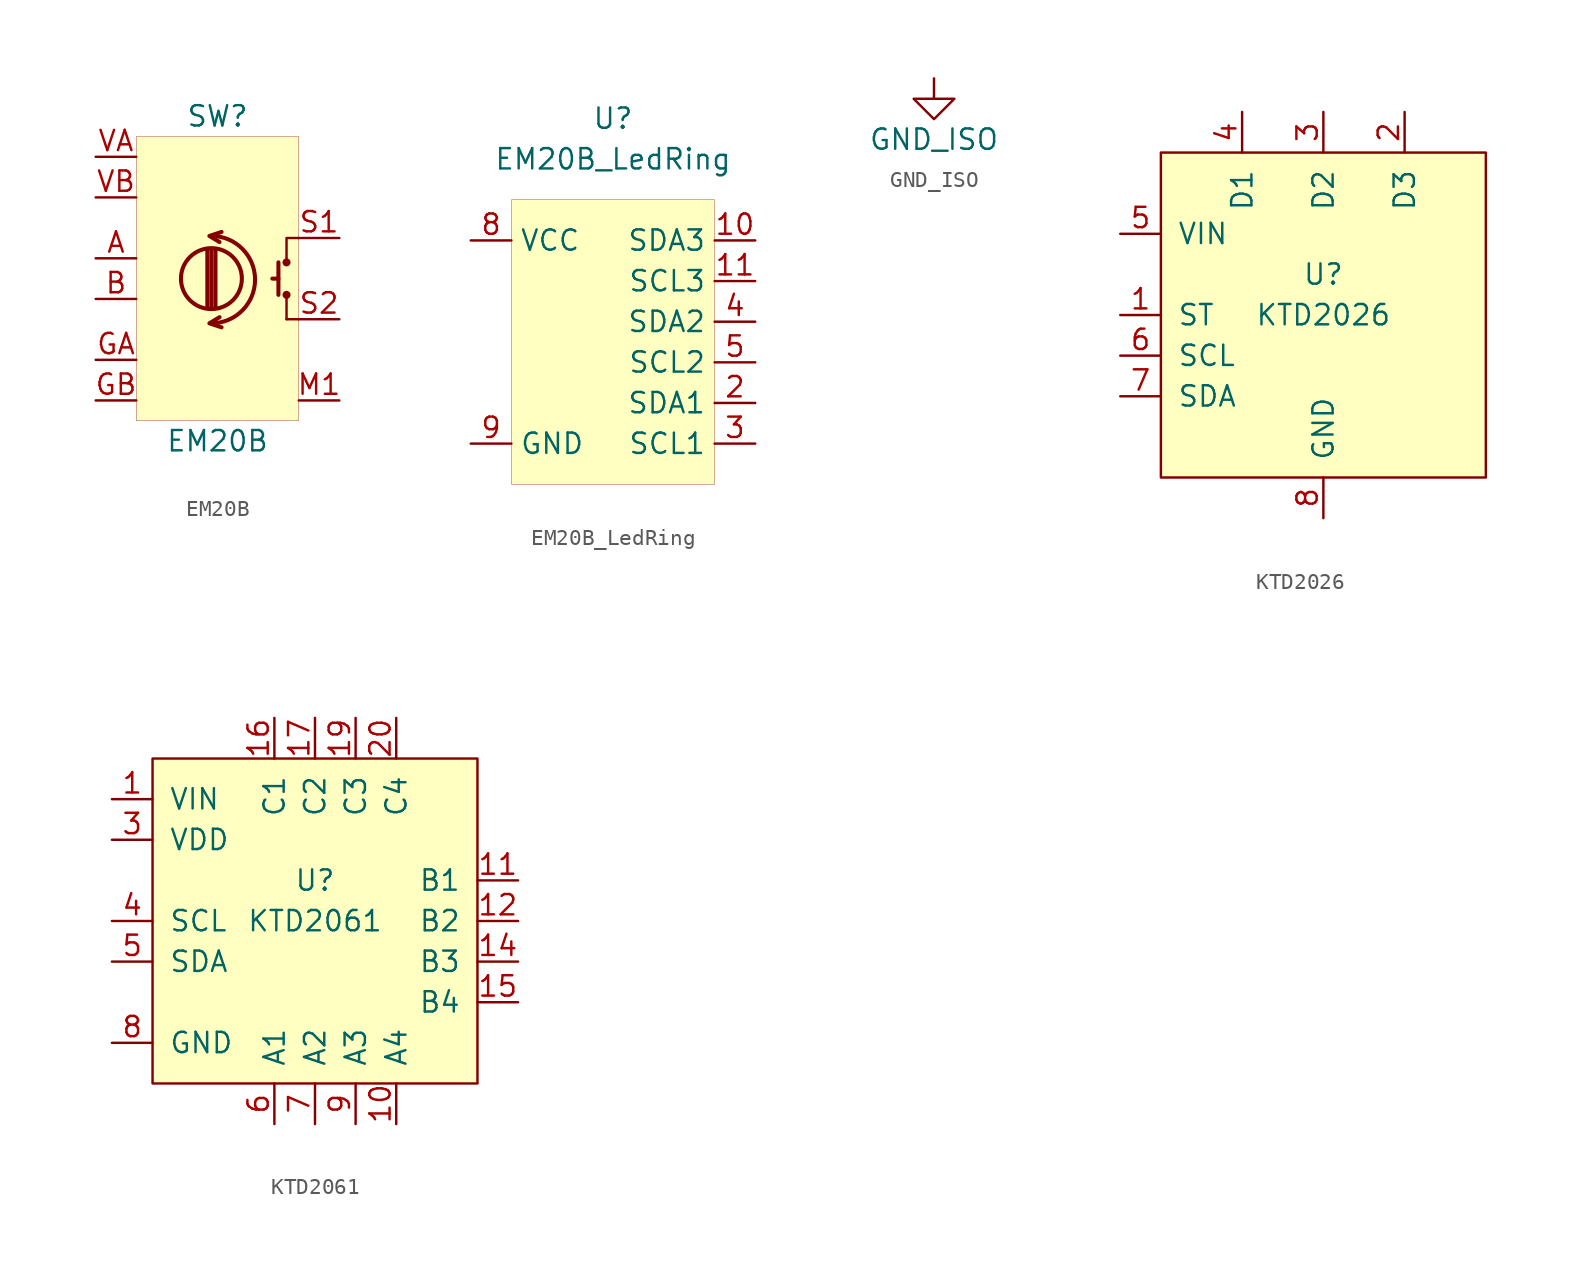
<source format=kicad_sym>
(kicad_symbol_lib
  (version 20211014)
  (generator kicad_symbol_editor)
  (symbol "ownLib:EM20B"
    (pin_names
      (offset 1.016) hide)
    (property "Reference" "SW"
      (at 0 10.16 0)
      (effects (font (size 1.27 1.27))))
    (property "Value" "EM20B"
      (at 0 -10.16 0)
      (effects (font (size 1.27 1.27))))
    (symbol "EM20B_0_1"
      (rectangle (start -5.08 8.89) (end 5.08 -8.89) (stroke (width 0.001) (type default) (color 0 0 0 0)) (fill (type background)))
      (polyline (pts (xy 4.318 -1.016) (xy 4.318 -2.54)) (stroke (width 0) (type default) (color 0 0 0 0)) (fill (type none)))
      (polyline (pts (xy 5.08 -2.54) (xy 4.318 -2.54)) (stroke (width 0) (type default) (color 0 0 0 0)) (fill (type none))))
    (symbol "EM20B_1_1"
      (arc (start -0.381 -2.794) (mid 2.3622 -0.0635) (end -0.381 2.667) (stroke (width 0.254) (type default) (color 0 0 0 0)) (fill (type none)))
      (circle (center -0.381 0) (radius 1.905) (stroke (width 0.254) (type default) (color 0 0 0 0)) (fill (type none)))
      (polyline (pts (xy -0.635 -1.778) (xy -0.635 1.778)) (stroke (width 0.254) (type default) (color 0 0 0 0)) (fill (type none)))
      (polyline (pts (xy -0.381 -1.778) (xy -0.381 1.778)) (stroke (width 0.254) (type default) (color 0 0 0 0)) (fill (type none)))
      (polyline (pts (xy -0.127 1.778) (xy -0.127 -1.778)) (stroke (width 0.254) (type default) (color 0 0 0 0)) (fill (type none)))
      (polyline (pts (xy 3.81 0) (xy 3.429 0)) (stroke (width 0.254) (type default) (color 0 0 0 0)) (fill (type none)))
      (polyline (pts (xy 3.81 1.016) (xy 3.81 -1.016)) (stroke (width 0.254) (type default) (color 0 0 0 0)) (fill (type none)))
      (polyline (pts (xy 0.254 -3.048) (xy -0.508 -2.794) (xy 0.127 -2.413)) (stroke (width 0.254) (type default) (color 0 0 0 0)) (fill (type none)))
      (polyline (pts (xy 0.254 2.921) (xy -0.508 2.667) (xy 0.127 2.286)) (stroke (width 0.254) (type default) (color 0 0 0 0)) (fill (type none)))
      (polyline (pts (xy 5.08 2.54) (xy 4.318 2.54) (xy 4.318 1.016)) (stroke (width 0) (type default) (color 0 0 0 0)) (fill (type none)))
      (circle (center 4.318 -1.016) (radius 0.127) (stroke (width 0.254) (type default) (color 0 0 0 0)) (fill (type none)))
      (circle (center 4.318 1.016) (radius 0.127) (stroke (width 0.254) (type default) (color 0 0 0 0)) (fill (type none)))
      (pin passive line (at -7.62 1.27 0) (length 2.54) (name "A" (effects (font (size 1.27 1.27)))) (number "A" (effects (font (size 1.27 1.27)))))
      (pin passive line (at -7.62 -1.27 0) (length 2.54) (name "B" (effects (font (size 1.27 1.27)))) (number "B" (effects (font (size 1.27 1.27)))))
      (pin passive line (at -7.62 -5.08 0) (length 2.54) (name "GA" (effects (font (size 1.27 1.27)))) (number "GA" (effects (font (size 1.27 1.27)))))
      (pin passive line (at -7.62 -7.62 0) (length 2.54) (name "GB" (effects (font (size 1.27 1.27)))) (number "GB" (effects (font (size 1.27 1.27)))))
      (pin passive line (at 7.62 -7.62 180) (length 2.54) (name "M" (effects (font (size 1.27 1.27)))) (number "M1" (effects (font (size 1.27 1.27)))))
      (pin passive line (at 7.62 2.54 180) (length 2.54) (name "S1" (effects (font (size 1.27 1.27)))) (number "S1" (effects (font (size 1.27 1.27)))))
      (pin passive line (at 7.62 -2.54 180) (length 2.54) (name "S2" (effects (font (size 1.27 1.27)))) (number "S2" (effects (font (size 1.27 1.27)))))
      (pin passive line (at -7.62 7.62 0) (length 2.54) (name "VA" (effects (font (size 1.27 1.27)))) (number "VA" (effects (font (size 1.27 1.27)))))
      (pin passive line (at -7.62 5.08 0) (length 2.54) (name "VB" (effects (font (size 1.27 1.27)))) (number "VB" (effects (font (size 1.27 1.27)))))))
  (symbol "ownLib:EM20B_LedRing"
    (property "Reference" "U"
      (at 0 13.97 0)
      (effects (font (size 1.27 1.27))))
    (property "Value" "EM20B_LedRing"
      (at 0 11.43 0)
      (effects (font (size 1.27 1.27))))
    (symbol "EM20B_LedRing_0_1"
      (rectangle (start 6.35 -8.89) (end -6.35 8.89) (stroke (width 0.001) (type default) (color 0 0 0 0)) (fill (type background))))
    (symbol "EM20B_LedRing_1_1"
      (pin passive line (at -8.89 -6.35 0) (length 2.54) hide (name "GND" (effects (font (size 1.27 1.27)))) (number "1" (effects (font (size 1.27 1.27)))))
      (pin bidirectional line (at 8.89 6.35 180) (length 2.54) (name "SDA3" (effects (font (size 1.27 1.27)))) (number "10" (effects (font (size 1.27 1.27)))))
      (pin input line (at 8.89 3.81 180) (length 2.54) (name "SCL3" (effects (font (size 1.27 1.27)))) (number "11" (effects (font (size 1.27 1.27)))))
      (pin passive line (at -8.89 -6.35 0) (length 2.54) hide (name "GND" (effects (font (size 1.27 1.27)))) (number "12" (effects (font (size 1.27 1.27)))))
      (pin bidirectional line (at 8.89 -3.81 180) (length 2.54) (name "SDA1" (effects (font (size 1.27 1.27)))) (number "2" (effects (font (size 1.27 1.27)))))
      (pin input line (at 8.89 -6.35 180) (length 2.54) (name "SCL1" (effects (font (size 1.27 1.27)))) (number "3" (effects (font (size 1.27 1.27)))))
      (pin bidirectional line (at 8.89 1.27 180) (length 2.54) (name "SDA2" (effects (font (size 1.27 1.27)))) (number "4" (effects (font (size 1.27 1.27)))))
      (pin input line (at 8.89 -1.27 180) (length 2.54) (name "SCL2" (effects (font (size 1.27 1.27)))) (number "5" (effects (font (size 1.27 1.27)))))
      (pin power_in line (at -8.89 6.35 0) (length 2.54) (name "VCC" (effects (font (size 1.27 1.27)))) (number "8" (effects (font (size 1.27 1.27)))))
      (pin power_in line (at -8.89 -6.35 0) (length 2.54) (name "GND" (effects (font (size 1.27 1.27)))) (number "9" (effects (font (size 1.27 1.27)))))))
  (symbol "ownLib:GND_ISO"
    (power)
    (pin_names
      (offset 0))
    (property "Reference" "#PWR"
      (at 0 -6.35 0)
      (effects (font (size 1.27 1.27)) hide))
    (property "Value" "GND_ISO"
      (at 0 -3.81 0)
      (effects (font (size 1.27 1.27))))
    (symbol "GND_ISO_0_1"
      (polyline (pts (xy 0 0) (xy 0 -1.27) (xy 1.27 -1.27) (xy 0 -2.54) (xy -1.27 -1.27) (xy 0 -1.27)) (stroke (width 0) (type default) (color 0 0 0 0)) (fill (type none))))
    (symbol "GND_ISO_1_1"
      (pin power_in line (at 0 0 270) (length 0) hide (name "GND_ISO" (effects (font (size 1.27 1.27)))) (number "1" (effects (font (size 1.27 1.27)))))))
  (symbol "ownLib:KTD2026"
    (pin_names
      (offset 1.016))
    (property "Reference" "U"
      (at 0 2.54 0)
      (effects (font (size 1.27 1.27))))
    (property "Value" "KTD2026"
      (at 0 0 0)
      (effects (font (size 1.27 1.27))))
    (symbol "KTD2026_0_1"
      (rectangle (start -10.16 10.16) (end 10.16 -10.16) (stroke (width 0) (type default) (color 0 0 0 0)) (fill (type background))))
    (symbol "KTD2026_1_1"
      (pin output line (at -12.7 0 0) (length 2.54) (name "ST" (effects (font (size 1.27 1.27)))) (number "1" (effects (font (size 1.27 1.27)))))
      (pin open_collector line (at 5.08 12.7 270) (length 2.54) (name "D3" (effects (font (size 1.27 1.27)))) (number "2" (effects (font (size 1.27 1.27)))))
      (pin open_collector line (at 0 12.7 270) (length 2.54) (name "D2" (effects (font (size 1.27 1.27)))) (number "3" (effects (font (size 1.27 1.27)))))
      (pin open_collector line (at -5.08 12.7 270) (length 2.54) (name "D1" (effects (font (size 1.27 1.27)))) (number "4" (effects (font (size 1.27 1.27)))))
      (pin power_in line (at -12.7 5.08 0) (length 2.54) (name "VIN" (effects (font (size 1.27 1.27)))) (number "5" (effects (font (size 1.27 1.27)))))
      (pin input line (at -12.7 -2.54 0) (length 2.54) (name "SCL" (effects (font (size 1.27 1.27)))) (number "6" (effects (font (size 1.27 1.27)))))
      (pin bidirectional line (at -12.7 -5.08 0) (length 2.54) (name "SDA" (effects (font (size 1.27 1.27)))) (number "7" (effects (font (size 1.27 1.27)))))
      (pin power_in line (at 0 -12.7 90) (length 2.54) (name "GND" (effects (font (size 1.27 1.27)))) (number "8" (effects (font (size 1.27 1.27)))))
      (pin passive line (at 0 -12.7 90) (length 2.54) hide (name "GND" (effects (font (size 1.27 1.27)))) (number "9" (effects (font (size 1.27 1.27)))))))
  (symbol "ownLib:KTD2061"
    (pin_names
      (offset 1.016))
    (property "Reference" "U"
      (at 0 2.54 0)
      (effects (font (size 1.27 1.27))))
    (property "Value" "KTD2061"
      (at 0 0 0)
      (effects (font (size 1.27 1.27))))
    (symbol "KTD2061_0_1"
      (rectangle (start -10.16 10.16) (end 10.16 -10.16) (stroke (width 0) (type default) (color 0 0 0 0)) (fill (type background))))
    (symbol "KTD2061_1_1"
      (pin power_in line (at -12.7 7.62 0) (length 2.54) (name "VIN" (effects (font (size 1.27 1.27)))) (number "1" (effects (font (size 1.27 1.27)))))
      (pin open_collector line (at 5.08 -12.7 90) (length 2.54) (name "A4" (effects (font (size 1.27 1.27)))) (number "10" (effects (font (size 1.27 1.27)))))
      (pin open_collector line (at 12.7 2.54 180) (length 2.54) (name "B1" (effects (font (size 1.27 1.27)))) (number "11" (effects (font (size 1.27 1.27)))))
      (pin open_collector line (at 12.7 0 180) (length 2.54) (name "B2" (effects (font (size 1.27 1.27)))) (number "12" (effects (font (size 1.27 1.27)))))
      (pin passive line (at -12.7 -7.62 0) (length 2.54) hide (name "GND" (effects (font (size 1.27 1.27)))) (number "13" (effects (font (size 1.27 1.27)))))
      (pin open_collector line (at 12.7 -2.54 180) (length 2.54) (name "B3" (effects (font (size 1.27 1.27)))) (number "14" (effects (font (size 1.27 1.27)))))
      (pin open_collector line (at 12.7 -5.08 180) (length 2.54) (name "B4" (effects (font (size 1.27 1.27)))) (number "15" (effects (font (size 1.27 1.27)))))
      (pin open_collector line (at -2.54 12.7 270) (length 2.54) (name "C1" (effects (font (size 1.27 1.27)))) (number "16" (effects (font (size 1.27 1.27)))))
      (pin open_collector line (at 0 12.7 270) (length 2.54) (name "C2" (effects (font (size 1.27 1.27)))) (number "17" (effects (font (size 1.27 1.27)))))
      (pin passive line (at -12.7 -7.62 0) (length 2.54) hide (name "GND" (effects (font (size 1.27 1.27)))) (number "18" (effects (font (size 1.27 1.27)))))
      (pin open_collector line (at 2.54 12.7 270) (length 2.54) (name "C3" (effects (font (size 1.27 1.27)))) (number "19" (effects (font (size 1.27 1.27)))))
      (pin passive line (at -12.7 7.62 0) (length 2.54) hide (name "VIN" (effects (font (size 1.27 1.27)))) (number "2" (effects (font (size 1.27 1.27)))))
      (pin open_collector line (at 5.08 12.7 270) (length 2.54) (name "C4" (effects (font (size 1.27 1.27)))) (number "20" (effects (font (size 1.27 1.27)))))
      (pin passive line (at -12.7 -7.62 0) (length 2.54) hide (name "GND" (effects (font (size 1.27 1.27)))) (number "21" (effects (font (size 1.27 1.27)))))
      (pin power_in line (at -12.7 5.08 0) (length 2.54) (name "VDD" (effects (font (size 1.27 1.27)))) (number "3" (effects (font (size 1.27 1.27)))))
      (pin input line (at -12.7 0 0) (length 2.54) (name "SCL" (effects (font (size 1.27 1.27)))) (number "4" (effects (font (size 1.27 1.27)))))
      (pin bidirectional line (at -12.7 -2.54 0) (length 2.54) (name "SDA" (effects (font (size 1.27 1.27)))) (number "5" (effects (font (size 1.27 1.27)))))
      (pin open_collector line (at -2.54 -12.7 90) (length 2.54) (name "A1" (effects (font (size 1.27 1.27)))) (number "6" (effects (font (size 1.27 1.27)))))
      (pin open_collector line (at 0 -12.7 90) (length 2.54) (name "A2" (effects (font (size 1.27 1.27)))) (number "7" (effects (font (size 1.27 1.27)))))
      (pin power_in line (at -12.7 -7.62 0) (length 2.54) (name "GND" (effects (font (size 1.27 1.27)))) (number "8" (effects (font (size 1.27 1.27)))))
      (pin open_collector line (at 2.54 -12.7 90) (length 2.54) (name "A3" (effects (font (size 1.27 1.27)))) (number "9" (effects (font (size 1.27 1.27))))))))
</source>
